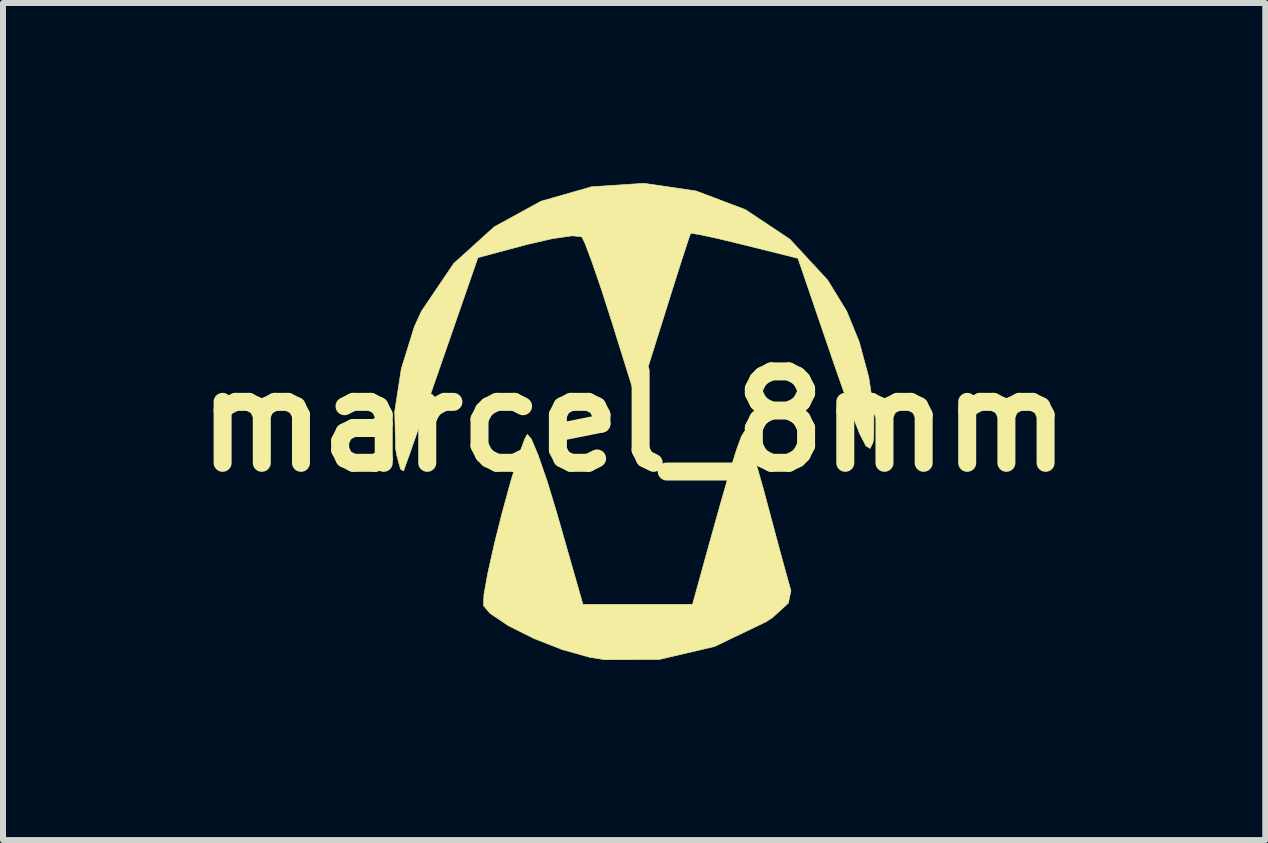
<source format=kicad_pcb>
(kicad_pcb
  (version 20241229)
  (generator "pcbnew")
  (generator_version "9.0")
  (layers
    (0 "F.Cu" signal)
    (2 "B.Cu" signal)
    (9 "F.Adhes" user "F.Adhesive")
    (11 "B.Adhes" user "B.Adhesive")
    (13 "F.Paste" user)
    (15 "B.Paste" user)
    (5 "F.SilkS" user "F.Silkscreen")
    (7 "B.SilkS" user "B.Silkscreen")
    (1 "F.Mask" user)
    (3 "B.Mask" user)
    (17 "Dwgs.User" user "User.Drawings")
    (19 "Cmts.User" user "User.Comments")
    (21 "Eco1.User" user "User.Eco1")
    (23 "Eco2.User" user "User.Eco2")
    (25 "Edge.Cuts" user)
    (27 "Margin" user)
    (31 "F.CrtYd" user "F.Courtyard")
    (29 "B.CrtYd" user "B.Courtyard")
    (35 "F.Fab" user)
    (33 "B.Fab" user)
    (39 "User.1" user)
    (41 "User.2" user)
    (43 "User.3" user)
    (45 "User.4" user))
  (footprint "marcel_8mm"
    (layer "F.Cu")
    (at 7.518 3.974)
    (property "Reference" "marcel_8mm" (at 0 0 0) (layer "F.SilkS") (effects (font (size 1.524 1.524) (thickness 0.3))))
    (attr through_hole)
    (fp_poly (pts (xy 1.858 0.165) (xy 1.913 0.304) (xy 2.014 0.633) (xy 2.146 1.096) (xy 2.231 1.412) (xy 2.375 1.951) (xy 2.5 2.412) (xy 2.588 2.73) (xy 2.614 2.82) (xy 2.571 3.028) (xy 2.308 3.268) (xy 2.197 3.34) (xy 1.341 3.751) (xy 0.422 3.966) (xy -0.486 3.971) (xy -0.737 3.931) (xy -1.193 3.804) (xy -1.67 3.617) (xy -2.096 3.404) (xy -2.402 3.198) (xy -2.51 3.069) (xy -2.503 2.888) (xy -2.438 2.528) (xy -2.332 2.053) (xy -2.201 1.529) (xy -2.061 1.018) (xy -1.93 0.584) (xy -1.823 0.294) (xy -1.78 0.216) (xy -1.713 0.291) (xy -1.597 0.567) (xy -1.447 1.002) (xy -1.28 1.553) (xy -1.272 1.582) (xy -0.853 3.048) (xy 0.974 3.048) (xy 1.193 2.254) (xy 1.417 1.45) (xy 1.585 0.865) (xy 1.706 0.474) (xy 1.789 0.248) (xy 1.841 0.163) (xy 1.858 0.165)) (stroke (width 0.01) (type solid)) (fill yes) (layer "F.SilkS"))
    (fp_poly (pts (xy 1.031 -3.842) (xy 1.854 -3.531) (xy 2.598 -3.036) (xy 3.226 -2.356) (xy 3.543 -1.839) (xy 3.753 -1.324) (xy 3.911 -0.737) (xy 3.997 -0.172) (xy 3.994 0.28) (xy 3.979 0.357) (xy 3.933 0.45) (xy 3.864 0.408) (xy 3.759 0.205) (xy 3.606 -0.183) (xy 3.394 -0.781) (xy 3.313 -1.016) (xy 2.731 -2.719) (xy 1.845 -2.94) (xy 1.411 -3.045) (xy 1.09 -3.115) (xy 0.944 -3.137) (xy 0.942 -3.136) (xy 0.899 -3.013) (xy 0.796 -2.696) (xy 0.649 -2.234) (xy 0.486 -1.714) (xy 0.048 -0.318) (xy -0.368 -1.651) (xy -0.544 -2.199) (xy -0.701 -2.656) (xy -0.818 -2.968) (xy -0.872 -3.077) (xy -1.031 -3.094) (xy -1.36 -3.047) (xy -1.782 -2.95) (xy -2.603 -2.73) (xy -3.197 -1.016) (xy -3.414 -0.392) (xy -3.603 0.148) (xy -3.747 0.559) (xy -3.831 0.793) (xy -3.843 0.824) (xy -3.892 0.796) (xy -3.953 0.575) (xy -3.973 0.462) (xy -3.99 -0.164) (xy -3.879 -0.881) (xy -3.663 -1.577) (xy -3.543 -1.839) (xy -3.006 -2.633) (xy -2.33 -3.244) (xy -1.552 -3.67) (xy -0.708 -3.912) (xy 0.165 -3.969) (xy 1.031 -3.842)) (stroke (width 0.01) (type solid)) (fill yes) (layer "F.SilkS")))
  (gr_rect
    (start -3 -3)
    (end 18.037 10.951)
    (stroke (width 0.1) (type default))
    (fill no)
    (layer "Edge.Cuts")))
</source>
